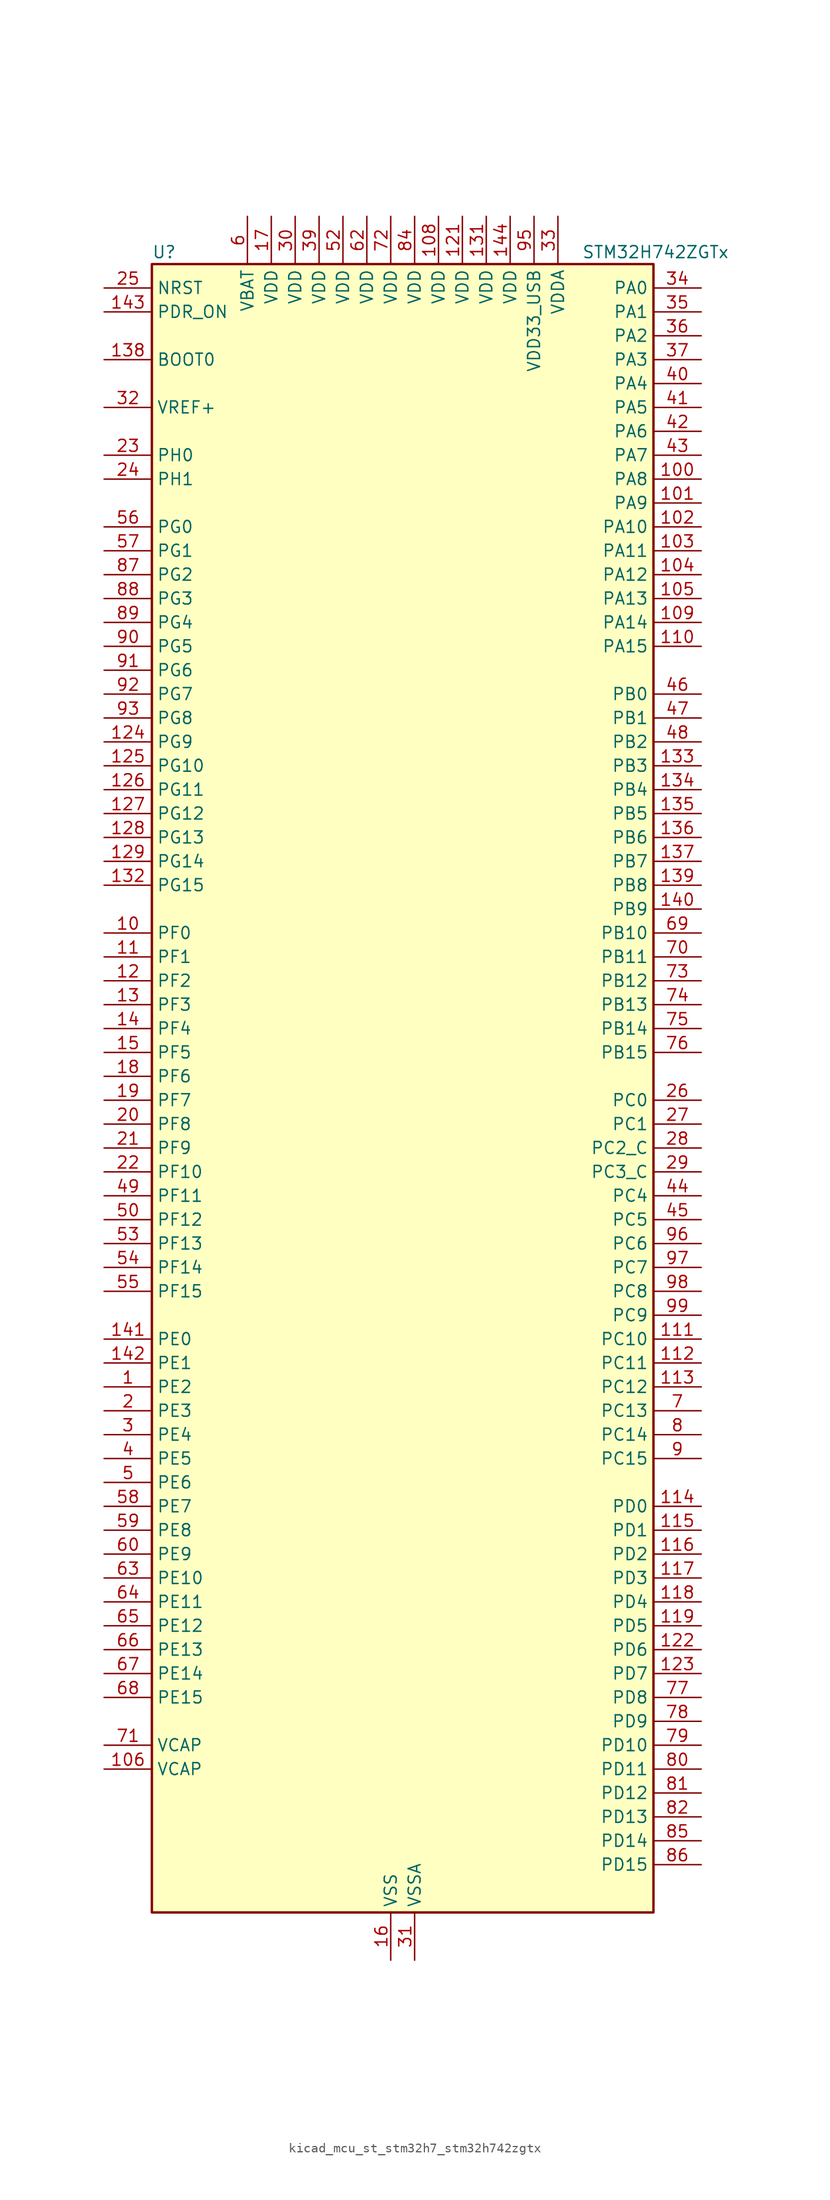
<source format=kicad_sym>
(kicad_symbol_lib
  (version 20220914)
  (generator kicad_symbol_editor)
  (symbol "kicad_mcu_st_stm32h7_stm32h742zgtx"
    (property "Reference" "U"
      (at -25.4 90.17 0)
      (effects (font (size 1.27 1.27)) (justify left)))
    (property "Value" "STM32H742ZGTx"
      (at 20.32 90.17 0)
      (effects (font (size 1.27 1.27)) (justify left)))
    (property "ki_locked" ""
      (at 0 0 0)
      (effects (font (size 1.27 1.27))))
    (symbol "kicad_mcu_st_stm32h7_stm32h742zgtx_0_1"
      (rectangle (start -25.4 -86.36) (end 27.94 88.9) (stroke (width 0.254) (type default)) (fill (type background))))
    (symbol "kicad_mcu_st_stm32h7_stm32h742zgtx_1_1"
      (pin bidirectional line (at -30.48 -30.48 0) (length 5.08) (name "PE2" (effects (font (size 1.27 1.27)))) (number "1" (effects (font (size 1.27 1.27)))) (alternate "DEBUG_TRACECLK" bidirectional line) (alternate "ETH_TXD3" bidirectional line) (alternate "FMC_A23" bidirectional line) (alternate "QUADSPI_BK1_IO2" bidirectional line) (alternate "SAI1_CK1" bidirectional line) (alternate "SAI1_MCLK_A" bidirectional line) (alternate "SAI4_CK1" bidirectional line) (alternate "SAI4_MCLK_A" bidirectional line) (alternate "SPI4_SCK" bidirectional line))
      (pin bidirectional line (at -30.48 17.78 0) (length 5.08) (name "PF0" (effects (font (size 1.27 1.27)))) (number "10" (effects (font (size 1.27 1.27)))) (alternate "FMC_A0" bidirectional line) (alternate "I2C2_SDA" bidirectional line))
      (pin bidirectional line (at 33.02 66.04 180) (length 5.08) (name "PA8" (effects (font (size 1.27 1.27)))) (number "100" (effects (font (size 1.27 1.27)))) (alternate "HRTIM_CHB2" bidirectional line) (alternate "I2C3_SCL" bidirectional line) (alternate "RCC_MCO_1" bidirectional line) (alternate "TIM1_CH1" bidirectional line) (alternate "TIM8_BKIN2" bidirectional line) (alternate "TIM8_BKIN2_COMP1" bidirectional line) (alternate "TIM8_BKIN2_COMP2" bidirectional line) (alternate "UART7_RX" bidirectional line) (alternate "USART1_CK" bidirectional line) (alternate "USB_OTG_FS_SOF" bidirectional line))
      (pin bidirectional line (at 33.02 63.5 180) (length 5.08) (name "PA9" (effects (font (size 1.27 1.27)))) (number "101" (effects (font (size 1.27 1.27)))) (alternate "DAC1_EXTI9" bidirectional line) (alternate "DCMI_D0" bidirectional line) (alternate "HRTIM_CHC1" bidirectional line) (alternate "I2C3_SMBA" bidirectional line) (alternate "I2S2_CK" bidirectional line) (alternate "LPUART1_TX" bidirectional line) (alternate "SPI2_SCK" bidirectional line) (alternate "TIM1_CH2" bidirectional line) (alternate "USART1_TX" bidirectional line) (alternate "USB_OTG_FS_VBUS" bidirectional line))
      (pin bidirectional line (at 33.02 60.96 180) (length 5.08) (name "PA10" (effects (font (size 1.27 1.27)))) (number "102" (effects (font (size 1.27 1.27)))) (alternate "DCMI_D1" bidirectional line) (alternate "HRTIM_CHC2" bidirectional line) (alternate "LPUART1_RX" bidirectional line) (alternate "MDIOS_MDIO" bidirectional line) (alternate "TIM1_CH3" bidirectional line) (alternate "USART1_RX" bidirectional line) (alternate "USB_OTG_FS_ID" bidirectional line))
      (pin bidirectional line (at 33.02 58.42 180) (length 5.08) (name "PA11" (effects (font (size 1.27 1.27)))) (number "103" (effects (font (size 1.27 1.27)))) (alternate "ADC1_EXTI11" bidirectional line) (alternate "ADC2_EXTI11" bidirectional line) (alternate "ADC3_EXTI11" bidirectional line) (alternate "FDCAN1_RX" bidirectional line) (alternate "HRTIM_CHD1" bidirectional line) (alternate "I2S2_WS" bidirectional line) (alternate "LPUART1_CTS" bidirectional line) (alternate "SPI2_NSS" bidirectional line) (alternate "TIM1_CH4" bidirectional line) (alternate "UART4_RX" bidirectional line) (alternate "USART1_CTS" bidirectional line) (alternate "USART1_NSS" bidirectional line) (alternate "USB_OTG_FS_DM" bidirectional line))
      (pin bidirectional line (at 33.02 55.88 180) (length 5.08) (name "PA12" (effects (font (size 1.27 1.27)))) (number "104" (effects (font (size 1.27 1.27)))) (alternate "FDCAN1_TX" bidirectional line) (alternate "HRTIM_CHD2" bidirectional line) (alternate "I2S2_CK" bidirectional line) (alternate "LPUART1_DE" bidirectional line) (alternate "LPUART1_RTS" bidirectional line) (alternate "SAI2_FS_B" bidirectional line) (alternate "SPI2_SCK" bidirectional line) (alternate "TIM1_ETR" bidirectional line) (alternate "UART4_TX" bidirectional line) (alternate "USART1_DE" bidirectional line) (alternate "USART1_RTS" bidirectional line) (alternate "USB_OTG_FS_DP" bidirectional line))
      (pin bidirectional line (at 33.02 53.34 180) (length 5.08) (name "PA13" (effects (font (size 1.27 1.27)))) (number "105" (effects (font (size 1.27 1.27)))) (alternate "DEBUG_JTMS-SWDIO" bidirectional line))
      (pin power_out line (at -30.48 -71.12 0) (length 5.08) (name "VCAP" (effects (font (size 1.27 1.27)))) (number "106" (effects (font (size 1.27 1.27)))))
      (pin passive line (at 0 -91.44 90) (length 5.08) hide (name "VSS" (effects (font (size 1.27 1.27)))) (number "107" (effects (font (size 1.27 1.27)))))
      (pin power_in line (at 5.08 93.98 270) (length 5.08) (name "VDD" (effects (font (size 1.27 1.27)))) (number "108" (effects (font (size 1.27 1.27)))))
      (pin bidirectional line (at 33.02 50.8 180) (length 5.08) (name "PA14" (effects (font (size 1.27 1.27)))) (number "109" (effects (font (size 1.27 1.27)))) (alternate "DEBUG_JTCK-SWCLK" bidirectional line))
      (pin bidirectional line (at -30.48 15.24 0) (length 5.08) (name "PF1" (effects (font (size 1.27 1.27)))) (number "11" (effects (font (size 1.27 1.27)))) (alternate "FMC_A1" bidirectional line) (alternate "I2C2_SCL" bidirectional line))
      (pin bidirectional line (at 33.02 48.26 180) (length 5.08) (name "PA15" (effects (font (size 1.27 1.27)))) (number "110" (effects (font (size 1.27 1.27)))) (alternate "ADC1_EXTI15" bidirectional line) (alternate "ADC2_EXTI15" bidirectional line) (alternate "ADC3_EXTI15" bidirectional line) (alternate "CEC" bidirectional line) (alternate "DEBUG_JTDI" bidirectional line) (alternate "HRTIM_FLT1" bidirectional line) (alternate "I2S1_WS" bidirectional line) (alternate "I2S3_WS" bidirectional line) (alternate "SPI1_NSS" bidirectional line) (alternate "SPI3_NSS" bidirectional line) (alternate "SPI6_NSS" bidirectional line) (alternate "TIM2_CH1" bidirectional line) (alternate "TIM2_ETR" bidirectional line) (alternate "UART4_DE" bidirectional line) (alternate "UART4_RTS" bidirectional line) (alternate "UART7_TX" bidirectional line))
      (pin bidirectional line (at 33.02 -25.4 180) (length 5.08) (name "PC10" (effects (font (size 1.27 1.27)))) (number "111" (effects (font (size 1.27 1.27)))) (alternate "DCMI_D8" bidirectional line) (alternate "DFSDM1_CKIN5" bidirectional line) (alternate "HRTIM_EEV1" bidirectional line) (alternate "I2S3_CK" bidirectional line) (alternate "QUADSPI_BK1_IO1" bidirectional line) (alternate "SDMMC1_D2" bidirectional line) (alternate "SPI3_SCK" bidirectional line) (alternate "UART4_TX" bidirectional line) (alternate "USART3_TX" bidirectional line))
      (pin bidirectional line (at 33.02 -27.94 180) (length 5.08) (name "PC11" (effects (font (size 1.27 1.27)))) (number "112" (effects (font (size 1.27 1.27)))) (alternate "ADC1_EXTI11" bidirectional line) (alternate "ADC2_EXTI11" bidirectional line) (alternate "ADC3_EXTI11" bidirectional line) (alternate "DCMI_D4" bidirectional line) (alternate "DFSDM1_DATIN5" bidirectional line) (alternate "HRTIM_FLT2" bidirectional line) (alternate "I2S3_SDI" bidirectional line) (alternate "QUADSPI_BK2_NCS" bidirectional line) (alternate "SDMMC1_D3" bidirectional line) (alternate "SPI3_MISO" bidirectional line) (alternate "UART4_RX" bidirectional line) (alternate "USART3_RX" bidirectional line))
      (pin bidirectional line (at 33.02 -30.48 180) (length 5.08) (name "PC12" (effects (font (size 1.27 1.27)))) (number "113" (effects (font (size 1.27 1.27)))) (alternate "DCMI_D9" bidirectional line) (alternate "DEBUG_TRACED3" bidirectional line) (alternate "HRTIM_EEV2" bidirectional line) (alternate "I2S3_SDO" bidirectional line) (alternate "SDMMC1_CK" bidirectional line) (alternate "SPI3_MOSI" bidirectional line) (alternate "UART5_TX" bidirectional line) (alternate "USART3_CK" bidirectional line))
      (pin bidirectional line (at 33.02 -43.18 180) (length 5.08) (name "PD0" (effects (font (size 1.27 1.27)))) (number "114" (effects (font (size 1.27 1.27)))) (alternate "DFSDM1_CKIN6" bidirectional line) (alternate "FDCAN1_RX" bidirectional line) (alternate "FMC_D2" bidirectional line) (alternate "FMC_DA2" bidirectional line) (alternate "SAI3_SCK_A" bidirectional line) (alternate "UART4_RX" bidirectional line))
      (pin bidirectional line (at 33.02 -45.72 180) (length 5.08) (name "PD1" (effects (font (size 1.27 1.27)))) (number "115" (effects (font (size 1.27 1.27)))) (alternate "DFSDM1_DATIN6" bidirectional line) (alternate "FDCAN1_TX" bidirectional line) (alternate "FMC_D3" bidirectional line) (alternate "FMC_DA3" bidirectional line) (alternate "SAI3_SD_A" bidirectional line) (alternate "UART4_TX" bidirectional line))
      (pin bidirectional line (at 33.02 -48.26 180) (length 5.08) (name "PD2" (effects (font (size 1.27 1.27)))) (number "116" (effects (font (size 1.27 1.27)))) (alternate "DCMI_D11" bidirectional line) (alternate "DEBUG_TRACED2" bidirectional line) (alternate "SDMMC1_CMD" bidirectional line) (alternate "TIM3_ETR" bidirectional line) (alternate "UART5_RX" bidirectional line))
      (pin bidirectional line (at 33.02 -50.8 180) (length 5.08) (name "PD3" (effects (font (size 1.27 1.27)))) (number "117" (effects (font (size 1.27 1.27)))) (alternate "DCMI_D5" bidirectional line) (alternate "DFSDM1_CKOUT" bidirectional line) (alternate "FMC_CLK" bidirectional line) (alternate "I2S2_CK" bidirectional line) (alternate "SPI2_SCK" bidirectional line) (alternate "USART2_CTS" bidirectional line) (alternate "USART2_NSS" bidirectional line))
      (pin bidirectional line (at 33.02 -53.34 180) (length 5.08) (name "PD4" (effects (font (size 1.27 1.27)))) (number "118" (effects (font (size 1.27 1.27)))) (alternate "FMC_NOE" bidirectional line) (alternate "HRTIM_FLT3" bidirectional line) (alternate "SAI3_FS_A" bidirectional line) (alternate "USART2_DE" bidirectional line) (alternate "USART2_RTS" bidirectional line))
      (pin bidirectional line (at 33.02 -55.88 180) (length 5.08) (name "PD5" (effects (font (size 1.27 1.27)))) (number "119" (effects (font (size 1.27 1.27)))) (alternate "FMC_NWE" bidirectional line) (alternate "HRTIM_EEV3" bidirectional line) (alternate "USART2_TX" bidirectional line))
      (pin bidirectional line (at -30.48 12.7 0) (length 5.08) (name "PF2" (effects (font (size 1.27 1.27)))) (number "12" (effects (font (size 1.27 1.27)))) (alternate "FMC_A2" bidirectional line) (alternate "I2C2_SMBA" bidirectional line))
      (pin passive line (at 0 -91.44 90) (length 5.08) hide (name "VSS" (effects (font (size 1.27 1.27)))) (number "120" (effects (font (size 1.27 1.27)))))
      (pin power_in line (at 7.62 93.98 270) (length 5.08) (name "VDD" (effects (font (size 1.27 1.27)))) (number "121" (effects (font (size 1.27 1.27)))))
      (pin bidirectional line (at 33.02 -58.42 180) (length 5.08) (name "PD6" (effects (font (size 1.27 1.27)))) (number "122" (effects (font (size 1.27 1.27)))) (alternate "DCMI_D10" bidirectional line) (alternate "DFSDM1_CKIN4" bidirectional line) (alternate "DFSDM1_DATIN1" bidirectional line) (alternate "FMC_NWAIT" bidirectional line) (alternate "I2S3_SDO" bidirectional line) (alternate "SAI1_D1" bidirectional line) (alternate "SAI1_SD_A" bidirectional line) (alternate "SAI4_D1" bidirectional line) (alternate "SAI4_SD_A" bidirectional line) (alternate "SDMMC2_CK" bidirectional line) (alternate "SPI3_MOSI" bidirectional line) (alternate "USART2_RX" bidirectional line))
      (pin bidirectional line (at 33.02 -60.96 180) (length 5.08) (name "PD7" (effects (font (size 1.27 1.27)))) (number "123" (effects (font (size 1.27 1.27)))) (alternate "DFSDM1_CKIN1" bidirectional line) (alternate "DFSDM1_DATIN4" bidirectional line) (alternate "FMC_NE1" bidirectional line) (alternate "I2S1_SDO" bidirectional line) (alternate "SDMMC2_CMD" bidirectional line) (alternate "SPDIFRX1_IN0" bidirectional line) (alternate "SPI1_MOSI" bidirectional line) (alternate "USART2_CK" bidirectional line))
      (pin bidirectional line (at -30.48 38.1 0) (length 5.08) (name "PG9" (effects (font (size 1.27 1.27)))) (number "124" (effects (font (size 1.27 1.27)))) (alternate "DAC1_EXTI9" bidirectional line) (alternate "DCMI_VSYNC" bidirectional line) (alternate "FMC_NCE" bidirectional line) (alternate "FMC_NE2" bidirectional line) (alternate "I2S1_SDI" bidirectional line) (alternate "QUADSPI_BK2_IO2" bidirectional line) (alternate "SAI2_FS_B" bidirectional line) (alternate "SPDIFRX1_IN3" bidirectional line) (alternate "SPI1_MISO" bidirectional line) (alternate "USART6_RX" bidirectional line))
      (pin bidirectional line (at -30.48 35.56 0) (length 5.08) (name "PG10" (effects (font (size 1.27 1.27)))) (number "125" (effects (font (size 1.27 1.27)))) (alternate "DCMI_D2" bidirectional line) (alternate "FMC_NE3" bidirectional line) (alternate "HRTIM_FLT5" bidirectional line) (alternate "I2S1_WS" bidirectional line) (alternate "SAI2_SD_B" bidirectional line) (alternate "SPI1_NSS" bidirectional line))
      (pin bidirectional line (at -30.48 33.02 0) (length 5.08) (name "PG11" (effects (font (size 1.27 1.27)))) (number "126" (effects (font (size 1.27 1.27)))) (alternate "ADC1_EXTI11" bidirectional line) (alternate "ADC2_EXTI11" bidirectional line) (alternate "ADC3_EXTI11" bidirectional line) (alternate "DCMI_D3" bidirectional line) (alternate "ETH_TX_EN" bidirectional line) (alternate "HRTIM_EEV4" bidirectional line) (alternate "I2S1_CK" bidirectional line) (alternate "LPTIM1_IN2" bidirectional line) (alternate "SDMMC2_D2" bidirectional line) (alternate "SPDIFRX1_IN0" bidirectional line) (alternate "SPI1_SCK" bidirectional line))
      (pin bidirectional line (at -30.48 30.48 0) (length 5.08) (name "PG12" (effects (font (size 1.27 1.27)))) (number "127" (effects (font (size 1.27 1.27)))) (alternate "ETH_TXD1" bidirectional line) (alternate "FMC_NE4" bidirectional line) (alternate "HRTIM_EEV5" bidirectional line) (alternate "LPTIM1_IN1" bidirectional line) (alternate "SPDIFRX1_IN1" bidirectional line) (alternate "SPI6_MISO" bidirectional line) (alternate "USART6_DE" bidirectional line) (alternate "USART6_RTS" bidirectional line))
      (pin bidirectional line (at -30.48 27.94 0) (length 5.08) (name "PG13" (effects (font (size 1.27 1.27)))) (number "128" (effects (font (size 1.27 1.27)))) (alternate "DEBUG_TRACED0" bidirectional line) (alternate "ETH_TXD0" bidirectional line) (alternate "FMC_A24" bidirectional line) (alternate "HRTIM_EEV10" bidirectional line) (alternate "LPTIM1_OUT" bidirectional line) (alternate "SPI6_SCK" bidirectional line) (alternate "USART6_CTS" bidirectional line) (alternate "USART6_NSS" bidirectional line))
      (pin bidirectional line (at -30.48 25.4 0) (length 5.08) (name "PG14" (effects (font (size 1.27 1.27)))) (number "129" (effects (font (size 1.27 1.27)))) (alternate "DEBUG_TRACED1" bidirectional line) (alternate "ETH_TXD1" bidirectional line) (alternate "FMC_A25" bidirectional line) (alternate "LPTIM1_ETR" bidirectional line) (alternate "QUADSPI_BK2_IO3" bidirectional line) (alternate "SPI6_MOSI" bidirectional line) (alternate "USART6_TX" bidirectional line))
      (pin bidirectional line (at -30.48 10.16 0) (length 5.08) (name "PF3" (effects (font (size 1.27 1.27)))) (number "13" (effects (font (size 1.27 1.27)))) (alternate "ADC3_INP5" bidirectional line) (alternate "FMC_A3" bidirectional line))
      (pin passive line (at 0 -91.44 90) (length 5.08) hide (name "VSS" (effects (font (size 1.27 1.27)))) (number "130" (effects (font (size 1.27 1.27)))))
      (pin power_in line (at 10.16 93.98 270) (length 5.08) (name "VDD" (effects (font (size 1.27 1.27)))) (number "131" (effects (font (size 1.27 1.27)))))
      (pin bidirectional line (at -30.48 22.86 0) (length 5.08) (name "PG15" (effects (font (size 1.27 1.27)))) (number "132" (effects (font (size 1.27 1.27)))) (alternate "ADC1_EXTI15" bidirectional line) (alternate "ADC2_EXTI15" bidirectional line) (alternate "ADC3_EXTI15" bidirectional line) (alternate "DCMI_D13" bidirectional line) (alternate "FMC_SDNCAS" bidirectional line) (alternate "USART6_CTS" bidirectional line) (alternate "USART6_NSS" bidirectional line))
      (pin bidirectional line (at 33.02 35.56 180) (length 5.08) (name "PB3" (effects (font (size 1.27 1.27)))) (number "133" (effects (font (size 1.27 1.27)))) (alternate "CRS_SYNC" bidirectional line) (alternate "DEBUG_JTDO-SWO" bidirectional line) (alternate "HRTIM_FLT4" bidirectional line) (alternate "I2S1_CK" bidirectional line) (alternate "I2S3_CK" bidirectional line) (alternate "SDMMC2_D2" bidirectional line) (alternate "SPI1_SCK" bidirectional line) (alternate "SPI3_SCK" bidirectional line) (alternate "SPI6_SCK" bidirectional line) (alternate "TIM2_CH2" bidirectional line) (alternate "UART7_RX" bidirectional line))
      (pin bidirectional line (at 33.02 33.02 180) (length 5.08) (name "PB4" (effects (font (size 1.27 1.27)))) (number "134" (effects (font (size 1.27 1.27)))) (alternate "DEBUG_JTRST" bidirectional line) (alternate "HRTIM_EEV6" bidirectional line) (alternate "I2S1_SDI" bidirectional line) (alternate "I2S2_WS" bidirectional line) (alternate "I2S3_SDI" bidirectional line) (alternate "SDMMC2_D3" bidirectional line) (alternate "SPI1_MISO" bidirectional line) (alternate "SPI2_NSS" bidirectional line) (alternate "SPI3_MISO" bidirectional line) (alternate "SPI6_MISO" bidirectional line) (alternate "TIM16_BKIN" bidirectional line) (alternate "TIM3_CH1" bidirectional line) (alternate "UART7_TX" bidirectional line))
      (pin bidirectional line (at 33.02 30.48 180) (length 5.08) (name "PB5" (effects (font (size 1.27 1.27)))) (number "135" (effects (font (size 1.27 1.27)))) (alternate "DCMI_D10" bidirectional line) (alternate "ETH_PPS_OUT" bidirectional line) (alternate "FDCAN2_RX" bidirectional line) (alternate "FMC_SDCKE1" bidirectional line) (alternate "HRTIM_EEV7" bidirectional line) (alternate "I2C1_SMBA" bidirectional line) (alternate "I2C4_SMBA" bidirectional line) (alternate "I2S1_SDO" bidirectional line) (alternate "I2S3_SDO" bidirectional line) (alternate "SPI1_MOSI" bidirectional line) (alternate "SPI3_MOSI" bidirectional line) (alternate "SPI6_MOSI" bidirectional line) (alternate "TIM17_BKIN" bidirectional line) (alternate "TIM3_CH2" bidirectional line) (alternate "UART5_RX" bidirectional line) (alternate "USB_OTG_HS_ULPI_D7" bidirectional line))
      (pin bidirectional line (at 33.02 27.94 180) (length 5.08) (name "PB6" (effects (font (size 1.27 1.27)))) (number "136" (effects (font (size 1.27 1.27)))) (alternate "CEC" bidirectional line) (alternate "DCMI_D5" bidirectional line) (alternate "DFSDM1_DATIN5" bidirectional line) (alternate "FDCAN2_TX" bidirectional line) (alternate "FMC_SDNE1" bidirectional line) (alternate "HRTIM_EEV8" bidirectional line) (alternate "I2C1_SCL" bidirectional line) (alternate "I2C4_SCL" bidirectional line) (alternate "LPUART1_TX" bidirectional line) (alternate "QUADSPI_BK1_NCS" bidirectional line) (alternate "TIM16_CH1N" bidirectional line) (alternate "TIM4_CH1" bidirectional line) (alternate "UART5_TX" bidirectional line) (alternate "USART1_TX" bidirectional line))
      (pin bidirectional line (at 33.02 25.4 180) (length 5.08) (name "PB7" (effects (font (size 1.27 1.27)))) (number "137" (effects (font (size 1.27 1.27)))) (alternate "DCMI_VSYNC" bidirectional line) (alternate "DFSDM1_CKIN5" bidirectional line) (alternate "FMC_NL" bidirectional line) (alternate "HRTIM_EEV9" bidirectional line) (alternate "I2C1_SDA" bidirectional line) (alternate "I2C4_SDA" bidirectional line) (alternate "LPUART1_RX" bidirectional line) (alternate "PWR_PVD_IN" bidirectional line) (alternate "TIM17_CH1N" bidirectional line) (alternate "TIM4_CH2" bidirectional line) (alternate "USART1_RX" bidirectional line))
      (pin input line (at -30.48 78.74 0) (length 5.08) (name "BOOT0" (effects (font (size 1.27 1.27)))) (number "138" (effects (font (size 1.27 1.27)))))
      (pin bidirectional line (at 33.02 22.86 180) (length 5.08) (name "PB8" (effects (font (size 1.27 1.27)))) (number "139" (effects (font (size 1.27 1.27)))) (alternate "DCMI_D6" bidirectional line) (alternate "DFSDM1_CKIN7" bidirectional line) (alternate "ETH_TXD3" bidirectional line) (alternate "FDCAN1_RX" bidirectional line) (alternate "I2C1_SCL" bidirectional line) (alternate "I2C4_SCL" bidirectional line) (alternate "SDMMC1_CKIN" bidirectional line) (alternate "SDMMC1_D4" bidirectional line) (alternate "SDMMC2_D4" bidirectional line) (alternate "TIM16_CH1" bidirectional line) (alternate "TIM4_CH3" bidirectional line) (alternate "UART4_RX" bidirectional line))
      (pin bidirectional line (at -30.48 7.62 0) (length 5.08) (name "PF4" (effects (font (size 1.27 1.27)))) (number "14" (effects (font (size 1.27 1.27)))) (alternate "ADC3_INN5" bidirectional line) (alternate "ADC3_INP9" bidirectional line) (alternate "FMC_A4" bidirectional line))
      (pin bidirectional line (at 33.02 20.32 180) (length 5.08) (name "PB9" (effects (font (size 1.27 1.27)))) (number "140" (effects (font (size 1.27 1.27)))) (alternate "DAC1_EXTI9" bidirectional line) (alternate "DCMI_D7" bidirectional line) (alternate "DFSDM1_DATIN7" bidirectional line) (alternate "FDCAN1_TX" bidirectional line) (alternate "I2C1_SDA" bidirectional line) (alternate "I2C4_SDA" bidirectional line) (alternate "I2C4_SMBA" bidirectional line) (alternate "I2S2_WS" bidirectional line) (alternate "SDMMC1_CDIR" bidirectional line) (alternate "SDMMC1_D5" bidirectional line) (alternate "SDMMC2_D5" bidirectional line) (alternate "SPI2_NSS" bidirectional line) (alternate "TIM17_CH1" bidirectional line) (alternate "TIM4_CH4" bidirectional line) (alternate "UART4_TX" bidirectional line))
      (pin bidirectional line (at -30.48 -25.4 0) (length 5.08) (name "PE0" (effects (font (size 1.27 1.27)))) (number "141" (effects (font (size 1.27 1.27)))) (alternate "DCMI_D2" bidirectional line) (alternate "FMC_NBL0" bidirectional line) (alternate "HRTIM_SCIN" bidirectional line) (alternate "LPTIM1_ETR" bidirectional line) (alternate "LPTIM2_ETR" bidirectional line) (alternate "SAI2_MCLK_A" bidirectional line) (alternate "TIM4_ETR" bidirectional line) (alternate "UART8_RX" bidirectional line))
      (pin bidirectional line (at -30.48 -27.94 0) (length 5.08) (name "PE1" (effects (font (size 1.27 1.27)))) (number "142" (effects (font (size 1.27 1.27)))) (alternate "DCMI_D3" bidirectional line) (alternate "FMC_NBL1" bidirectional line) (alternate "HRTIM_SCOUT" bidirectional line) (alternate "LPTIM1_IN2" bidirectional line) (alternate "UART8_TX" bidirectional line))
      (pin input line (at -30.48 83.82 0) (length 5.08) (name "PDR_ON" (effects (font (size 1.27 1.27)))) (number "143" (effects (font (size 1.27 1.27)))))
      (pin power_in line (at 12.7 93.98 270) (length 5.08) (name "VDD" (effects (font (size 1.27 1.27)))) (number "144" (effects (font (size 1.27 1.27)))))
      (pin bidirectional line (at -30.48 5.08 0) (length 5.08) (name "PF5" (effects (font (size 1.27 1.27)))) (number "15" (effects (font (size 1.27 1.27)))) (alternate "ADC3_INP4" bidirectional line) (alternate "FMC_A5" bidirectional line))
      (pin power_in line (at 0 -91.44 90) (length 5.08) (name "VSS" (effects (font (size 1.27 1.27)))) (number "16" (effects (font (size 1.27 1.27)))))
      (pin power_in line (at -12.7 93.98 270) (length 5.08) (name "VDD" (effects (font (size 1.27 1.27)))) (number "17" (effects (font (size 1.27 1.27)))))
      (pin bidirectional line (at -30.48 2.54 0) (length 5.08) (name "PF6" (effects (font (size 1.27 1.27)))) (number "18" (effects (font (size 1.27 1.27)))) (alternate "ADC3_INN4" bidirectional line) (alternate "ADC3_INP8" bidirectional line) (alternate "QUADSPI_BK1_IO3" bidirectional line) (alternate "SAI1_SD_B" bidirectional line) (alternate "SAI4_SD_B" bidirectional line) (alternate "SPI5_NSS" bidirectional line) (alternate "TIM16_CH1" bidirectional line) (alternate "UART7_RX" bidirectional line))
      (pin bidirectional line (at -30.48 0 0) (length 5.08) (name "PF7" (effects (font (size 1.27 1.27)))) (number "19" (effects (font (size 1.27 1.27)))) (alternate "ADC3_INP3" bidirectional line) (alternate "QUADSPI_BK1_IO2" bidirectional line) (alternate "SAI1_MCLK_B" bidirectional line) (alternate "SAI4_MCLK_B" bidirectional line) (alternate "SPI5_SCK" bidirectional line) (alternate "TIM17_CH1" bidirectional line) (alternate "UART7_TX" bidirectional line))
      (pin bidirectional line (at -30.48 -33.02 0) (length 5.08) (name "PE3" (effects (font (size 1.27 1.27)))) (number "2" (effects (font (size 1.27 1.27)))) (alternate "DEBUG_TRACED0" bidirectional line) (alternate "FMC_A19" bidirectional line) (alternate "SAI1_SD_B" bidirectional line) (alternate "SAI4_SD_B" bidirectional line) (alternate "TIM15_BKIN" bidirectional line))
      (pin bidirectional line (at -30.48 -2.54 0) (length 5.08) (name "PF8" (effects (font (size 1.27 1.27)))) (number "20" (effects (font (size 1.27 1.27)))) (alternate "ADC3_INN3" bidirectional line) (alternate "ADC3_INP7" bidirectional line) (alternate "QUADSPI_BK1_IO0" bidirectional line) (alternate "SAI1_SCK_B" bidirectional line) (alternate "SAI4_SCK_B" bidirectional line) (alternate "SPI5_MISO" bidirectional line) (alternate "TIM13_CH1" bidirectional line) (alternate "TIM16_CH1N" bidirectional line) (alternate "UART7_DE" bidirectional line) (alternate "UART7_RTS" bidirectional line))
      (pin bidirectional line (at -30.48 -5.08 0) (length 5.08) (name "PF9" (effects (font (size 1.27 1.27)))) (number "21" (effects (font (size 1.27 1.27)))) (alternate "ADC3_INP2" bidirectional line) (alternate "DAC1_EXTI9" bidirectional line) (alternate "QUADSPI_BK1_IO1" bidirectional line) (alternate "SAI1_FS_B" bidirectional line) (alternate "SAI4_FS_B" bidirectional line) (alternate "SPI5_MOSI" bidirectional line) (alternate "TIM14_CH1" bidirectional line) (alternate "TIM17_CH1N" bidirectional line) (alternate "UART7_CTS" bidirectional line))
      (pin bidirectional line (at -30.48 -7.62 0) (length 5.08) (name "PF10" (effects (font (size 1.27 1.27)))) (number "22" (effects (font (size 1.27 1.27)))) (alternate "ADC3_INN2" bidirectional line) (alternate "ADC3_INP6" bidirectional line) (alternate "DCMI_D11" bidirectional line) (alternate "QUADSPI_CLK" bidirectional line) (alternate "SAI1_D3" bidirectional line) (alternate "SAI4_D3" bidirectional line) (alternate "TIM16_BKIN" bidirectional line))
      (pin bidirectional line (at -30.48 68.58 0) (length 5.08) (name "PH0" (effects (font (size 1.27 1.27)))) (number "23" (effects (font (size 1.27 1.27)))) (alternate "RCC_OSC_IN" bidirectional line))
      (pin bidirectional line (at -30.48 66.04 0) (length 5.08) (name "PH1" (effects (font (size 1.27 1.27)))) (number "24" (effects (font (size 1.27 1.27)))) (alternate "RCC_OSC_OUT" bidirectional line))
      (pin input line (at -30.48 86.36 0) (length 5.08) (name "NRST" (effects (font (size 1.27 1.27)))) (number "25" (effects (font (size 1.27 1.27)))))
      (pin bidirectional line (at 33.02 0 180) (length 5.08) (name "PC0" (effects (font (size 1.27 1.27)))) (number "26" (effects (font (size 1.27 1.27)))) (alternate "ADC1_INP10" bidirectional line) (alternate "ADC2_INP10" bidirectional line) (alternate "ADC3_INP10" bidirectional line) (alternate "DFSDM1_CKIN0" bidirectional line) (alternate "DFSDM1_DATIN4" bidirectional line) (alternate "FMC_SDNWE" bidirectional line) (alternate "SAI2_FS_B" bidirectional line) (alternate "USB_OTG_HS_ULPI_STP" bidirectional line))
      (pin bidirectional line (at 33.02 -2.54 180) (length 5.08) (name "PC1" (effects (font (size 1.27 1.27)))) (number "27" (effects (font (size 1.27 1.27)))) (alternate "ADC1_INN10" bidirectional line) (alternate "ADC1_INP11" bidirectional line) (alternate "ADC2_INN10" bidirectional line) (alternate "ADC2_INP11" bidirectional line) (alternate "ADC3_INN10" bidirectional line) (alternate "ADC3_INP11" bidirectional line) (alternate "DEBUG_TRACED0" bidirectional line) (alternate "DFSDM1_CKIN4" bidirectional line) (alternate "DFSDM1_DATIN0" bidirectional line) (alternate "ETH_MDC" bidirectional line) (alternate "I2S2_SDO" bidirectional line) (alternate "MDIOS_MDC" bidirectional line) (alternate "PWR_WKUP5" bidirectional line) (alternate "RTC_TAMP3" bidirectional line) (alternate "SAI1_D1" bidirectional line) (alternate "SAI1_SD_A" bidirectional line) (alternate "SAI4_D1" bidirectional line) (alternate "SAI4_SD_A" bidirectional line) (alternate "SDMMC2_CK" bidirectional line) (alternate "SPI2_MOSI" bidirectional line))
      (pin bidirectional line (at 33.02 -5.08 180) (length 5.08) (name "PC2_C" (effects (font (size 1.27 1.27)))) (number "28" (effects (font (size 1.27 1.27)))) (alternate "ADC3_INN1" bidirectional line) (alternate "ADC3_INP0" bidirectional line) (alternate "DFSDM1_CKIN1" bidirectional line) (alternate "DFSDM1_CKOUT" bidirectional line) (alternate "ETH_TXD2" bidirectional line) (alternate "FMC_SDNE0" bidirectional line) (alternate "I2S2_SDI" bidirectional line) (alternate "PWR_CSTOP" bidirectional line) (alternate "SPI2_MISO" bidirectional line) (alternate "USB_OTG_HS_ULPI_DIR" bidirectional line))
      (pin bidirectional line (at 33.02 -7.62 180) (length 5.08) (name "PC3_C" (effects (font (size 1.27 1.27)))) (number "29" (effects (font (size 1.27 1.27)))) (alternate "ADC3_INP1" bidirectional line) (alternate "DFSDM1_DATIN1" bidirectional line) (alternate "ETH_TX_CLK" bidirectional line) (alternate "FMC_SDCKE0" bidirectional line) (alternate "I2S2_SDO" bidirectional line) (alternate "PWR_CSLEEP" bidirectional line) (alternate "SPI2_MOSI" bidirectional line) (alternate "USB_OTG_HS_ULPI_NXT" bidirectional line))
      (pin bidirectional line (at -30.48 -35.56 0) (length 5.08) (name "PE4" (effects (font (size 1.27 1.27)))) (number "3" (effects (font (size 1.27 1.27)))) (alternate "DCMI_D4" bidirectional line) (alternate "DEBUG_TRACED1" bidirectional line) (alternate "DFSDM1_DATIN3" bidirectional line) (alternate "FMC_A20" bidirectional line) (alternate "SAI1_D2" bidirectional line) (alternate "SAI1_FS_A" bidirectional line) (alternate "SAI4_D2" bidirectional line) (alternate "SAI4_FS_A" bidirectional line) (alternate "SPI4_NSS" bidirectional line) (alternate "TIM15_CH1N" bidirectional line))
      (pin power_in line (at -10.16 93.98 270) (length 5.08) (name "VDD" (effects (font (size 1.27 1.27)))) (number "30" (effects (font (size 1.27 1.27)))))
      (pin power_in line (at 2.54 -91.44 90) (length 5.08) (name "VSSA" (effects (font (size 1.27 1.27)))) (number "31" (effects (font (size 1.27 1.27)))))
      (pin input line (at -30.48 73.66 0) (length 5.08) (name "VREF+" (effects (font (size 1.27 1.27)))) (number "32" (effects (font (size 1.27 1.27)))) (alternate "VREFBUF_OUT" bidirectional line))
      (pin power_in line (at 17.78 93.98 270) (length 5.08) (name "VDDA" (effects (font (size 1.27 1.27)))) (number "33" (effects (font (size 1.27 1.27)))))
      (pin bidirectional line (at 33.02 86.36 180) (length 5.08) (name "PA0" (effects (font (size 1.27 1.27)))) (number "34" (effects (font (size 1.27 1.27)))) (alternate "ADC1_INP16" bidirectional line) (alternate "ETH_CRS" bidirectional line) (alternate "PWR_WKUP0" bidirectional line) (alternate "SAI2_SD_B" bidirectional line) (alternate "SDMMC2_CMD" bidirectional line) (alternate "TIM15_BKIN" bidirectional line) (alternate "TIM2_CH1" bidirectional line) (alternate "TIM2_ETR" bidirectional line) (alternate "TIM5_CH1" bidirectional line) (alternate "TIM8_ETR" bidirectional line) (alternate "UART4_TX" bidirectional line) (alternate "USART2_CTS" bidirectional line) (alternate "USART2_NSS" bidirectional line))
      (pin bidirectional line (at 33.02 83.82 180) (length 5.08) (name "PA1" (effects (font (size 1.27 1.27)))) (number "35" (effects (font (size 1.27 1.27)))) (alternate "ADC1_INN16" bidirectional line) (alternate "ADC1_INP17" bidirectional line) (alternate "ETH_REF_CLK" bidirectional line) (alternate "ETH_RX_CLK" bidirectional line) (alternate "LPTIM3_OUT" bidirectional line) (alternate "QUADSPI_BK1_IO3" bidirectional line) (alternate "SAI2_MCLK_B" bidirectional line) (alternate "TIM15_CH1N" bidirectional line) (alternate "TIM2_CH2" bidirectional line) (alternate "TIM5_CH2" bidirectional line) (alternate "UART4_RX" bidirectional line) (alternate "USART2_DE" bidirectional line) (alternate "USART2_RTS" bidirectional line))
      (pin bidirectional line (at 33.02 81.28 180) (length 5.08) (name "PA2" (effects (font (size 1.27 1.27)))) (number "36" (effects (font (size 1.27 1.27)))) (alternate "ADC1_INP14" bidirectional line) (alternate "ADC2_INP14" bidirectional line) (alternate "ETH_MDIO" bidirectional line) (alternate "LPTIM4_OUT" bidirectional line) (alternate "MDIOS_MDIO" bidirectional line) (alternate "PWR_WKUP1" bidirectional line) (alternate "SAI2_SCK_B" bidirectional line) (alternate "TIM15_CH1" bidirectional line) (alternate "TIM2_CH3" bidirectional line) (alternate "TIM5_CH3" bidirectional line) (alternate "USART2_TX" bidirectional line))
      (pin bidirectional line (at 33.02 78.74 180) (length 5.08) (name "PA3" (effects (font (size 1.27 1.27)))) (number "37" (effects (font (size 1.27 1.27)))) (alternate "ADC1_INP15" bidirectional line) (alternate "ADC2_INP15" bidirectional line) (alternate "ETH_COL" bidirectional line) (alternate "LPTIM5_OUT" bidirectional line) (alternate "TIM15_CH2" bidirectional line) (alternate "TIM2_CH4" bidirectional line) (alternate "TIM5_CH4" bidirectional line) (alternate "USART2_RX" bidirectional line) (alternate "USB_OTG_HS_ULPI_D0" bidirectional line))
      (pin passive line (at 0 -91.44 90) (length 5.08) hide (name "VSS" (effects (font (size 1.27 1.27)))) (number "38" (effects (font (size 1.27 1.27)))))
      (pin power_in line (at -7.62 93.98 270) (length 5.08) (name "VDD" (effects (font (size 1.27 1.27)))) (number "39" (effects (font (size 1.27 1.27)))))
      (pin bidirectional line (at -30.48 -38.1 0) (length 5.08) (name "PE5" (effects (font (size 1.27 1.27)))) (number "4" (effects (font (size 1.27 1.27)))) (alternate "DCMI_D6" bidirectional line) (alternate "DEBUG_TRACED2" bidirectional line) (alternate "DFSDM1_CKIN3" bidirectional line) (alternate "FMC_A21" bidirectional line) (alternate "SAI1_CK2" bidirectional line) (alternate "SAI1_SCK_A" bidirectional line) (alternate "SAI4_CK2" bidirectional line) (alternate "SAI4_SCK_A" bidirectional line) (alternate "SPI4_MISO" bidirectional line) (alternate "TIM15_CH1" bidirectional line))
      (pin bidirectional line (at 33.02 76.2 180) (length 5.08) (name "PA4" (effects (font (size 1.27 1.27)))) (number "40" (effects (font (size 1.27 1.27)))) (alternate "ADC1_INP18" bidirectional line) (alternate "ADC2_INP18" bidirectional line) (alternate "DAC1_OUT1" bidirectional line) (alternate "DCMI_HSYNC" bidirectional line) (alternate "I2S1_WS" bidirectional line) (alternate "I2S3_WS" bidirectional line) (alternate "SPI1_NSS" bidirectional line) (alternate "SPI3_NSS" bidirectional line) (alternate "SPI6_NSS" bidirectional line) (alternate "TIM5_ETR" bidirectional line) (alternate "USART2_CK" bidirectional line) (alternate "USB_OTG_HS_SOF" bidirectional line))
      (pin bidirectional line (at 33.02 73.66 180) (length 5.08) (name "PA5" (effects (font (size 1.27 1.27)))) (number "41" (effects (font (size 1.27 1.27)))) (alternate "ADC1_INN18" bidirectional line) (alternate "ADC1_INP19" bidirectional line) (alternate "ADC2_INN18" bidirectional line) (alternate "ADC2_INP19" bidirectional line) (alternate "DAC1_OUT2" bidirectional line) (alternate "I2S1_CK" bidirectional line) (alternate "PWR_NDSTOP2" bidirectional line) (alternate "SPI1_SCK" bidirectional line) (alternate "SPI6_SCK" bidirectional line) (alternate "TIM2_CH1" bidirectional line) (alternate "TIM2_ETR" bidirectional line) (alternate "TIM8_CH1N" bidirectional line) (alternate "USB_OTG_HS_ULPI_CK" bidirectional line))
      (pin bidirectional line (at 33.02 71.12 180) (length 5.08) (name "PA6" (effects (font (size 1.27 1.27)))) (number "42" (effects (font (size 1.27 1.27)))) (alternate "ADC1_INP3" bidirectional line) (alternate "ADC2_INP3" bidirectional line) (alternate "DCMI_PIXCLK" bidirectional line) (alternate "I2S1_SDI" bidirectional line) (alternate "MDIOS_MDC" bidirectional line) (alternate "SPI1_MISO" bidirectional line) (alternate "SPI6_MISO" bidirectional line) (alternate "TIM13_CH1" bidirectional line) (alternate "TIM1_BKIN" bidirectional line) (alternate "TIM1_BKIN_COMP1" bidirectional line) (alternate "TIM1_BKIN_COMP2" bidirectional line) (alternate "TIM3_CH1" bidirectional line) (alternate "TIM8_BKIN" bidirectional line) (alternate "TIM8_BKIN_COMP1" bidirectional line) (alternate "TIM8_BKIN_COMP2" bidirectional line))
      (pin bidirectional line (at 33.02 68.58 180) (length 5.08) (name "PA7" (effects (font (size 1.27 1.27)))) (number "43" (effects (font (size 1.27 1.27)))) (alternate "ADC1_INN3" bidirectional line) (alternate "ADC1_INP7" bidirectional line) (alternate "ADC2_INN3" bidirectional line) (alternate "ADC2_INP7" bidirectional line) (alternate "ETH_CRS_DV" bidirectional line) (alternate "ETH_RX_DV" bidirectional line) (alternate "FMC_SDNWE" bidirectional line) (alternate "I2S1_SDO" bidirectional line) (alternate "OPAMP1_VINM" bidirectional line) (alternate "OPAMP1_VINM1" bidirectional line) (alternate "SPI1_MOSI" bidirectional line) (alternate "SPI6_MOSI" bidirectional line) (alternate "TIM14_CH1" bidirectional line) (alternate "TIM1_CH1N" bidirectional line) (alternate "TIM3_CH2" bidirectional line) (alternate "TIM8_CH1N" bidirectional line))
      (pin bidirectional line (at 33.02 -10.16 180) (length 5.08) (name "PC4" (effects (font (size 1.27 1.27)))) (number "44" (effects (font (size 1.27 1.27)))) (alternate "ADC1_INP4" bidirectional line) (alternate "ADC2_INP4" bidirectional line) (alternate "COMP1_INM" bidirectional line) (alternate "DFSDM1_CKIN2" bidirectional line) (alternate "ETH_RXD0" bidirectional line) (alternate "FMC_SDNE0" bidirectional line) (alternate "I2S1_MCK" bidirectional line) (alternate "OPAMP1_VOUT" bidirectional line) (alternate "SPDIFRX1_IN2" bidirectional line))
      (pin bidirectional line (at 33.02 -12.7 180) (length 5.08) (name "PC5" (effects (font (size 1.27 1.27)))) (number "45" (effects (font (size 1.27 1.27)))) (alternate "ADC1_INN4" bidirectional line) (alternate "ADC1_INP8" bidirectional line) (alternate "ADC2_INN4" bidirectional line) (alternate "ADC2_INP8" bidirectional line) (alternate "COMP1_OUT" bidirectional line) (alternate "DFSDM1_DATIN2" bidirectional line) (alternate "ETH_RXD1" bidirectional line) (alternate "FMC_SDCKE0" bidirectional line) (alternate "OPAMP1_VINM" bidirectional line) (alternate "OPAMP1_VINM0" bidirectional line) (alternate "SAI1_D3" bidirectional line) (alternate "SAI4_D3" bidirectional line) (alternate "SPDIFRX1_IN3" bidirectional line))
      (pin bidirectional line (at 33.02 43.18 180) (length 5.08) (name "PB0" (effects (font (size 1.27 1.27)))) (number "46" (effects (font (size 1.27 1.27)))) (alternate "ADC1_INN5" bidirectional line) (alternate "ADC1_INP9" bidirectional line) (alternate "ADC2_INN5" bidirectional line) (alternate "ADC2_INP9" bidirectional line) (alternate "COMP1_INP" bidirectional line) (alternate "DFSDM1_CKOUT" bidirectional line) (alternate "ETH_RXD2" bidirectional line) (alternate "OPAMP1_VINP" bidirectional line) (alternate "TIM1_CH2N" bidirectional line) (alternate "TIM3_CH3" bidirectional line) (alternate "TIM8_CH2N" bidirectional line) (alternate "UART4_CTS" bidirectional line) (alternate "USB_OTG_HS_ULPI_D1" bidirectional line))
      (pin bidirectional line (at 33.02 40.64 180) (length 5.08) (name "PB1" (effects (font (size 1.27 1.27)))) (number "47" (effects (font (size 1.27 1.27)))) (alternate "ADC1_INP5" bidirectional line) (alternate "ADC2_INP5" bidirectional line) (alternate "COMP1_INM" bidirectional line) (alternate "DFSDM1_DATIN1" bidirectional line) (alternate "ETH_RXD3" bidirectional line) (alternate "TIM1_CH3N" bidirectional line) (alternate "TIM3_CH4" bidirectional line) (alternate "TIM8_CH3N" bidirectional line) (alternate "USB_OTG_HS_ULPI_D2" bidirectional line))
      (pin bidirectional line (at 33.02 38.1 180) (length 5.08) (name "PB2" (effects (font (size 1.27 1.27)))) (number "48" (effects (font (size 1.27 1.27)))) (alternate "COMP1_INP" bidirectional line) (alternate "DFSDM1_CKIN1" bidirectional line) (alternate "I2S3_SDO" bidirectional line) (alternate "QUADSPI_CLK" bidirectional line) (alternate "RTC_OUT_ALARM" bidirectional line) (alternate "RTC_OUT_CALIB" bidirectional line) (alternate "SAI1_D1" bidirectional line) (alternate "SAI1_SD_A" bidirectional line) (alternate "SAI4_D1" bidirectional line) (alternate "SAI4_SD_A" bidirectional line) (alternate "SPI3_MOSI" bidirectional line))
      (pin bidirectional line (at -30.48 -10.16 0) (length 5.08) (name "PF11" (effects (font (size 1.27 1.27)))) (number "49" (effects (font (size 1.27 1.27)))) (alternate "ADC1_EXTI11" bidirectional line) (alternate "ADC1_INP2" bidirectional line) (alternate "ADC2_EXTI11" bidirectional line) (alternate "ADC3_EXTI11" bidirectional line) (alternate "DCMI_D12" bidirectional line) (alternate "FMC_SDNRAS" bidirectional line) (alternate "SAI2_SD_B" bidirectional line) (alternate "SPI5_MOSI" bidirectional line))
      (pin bidirectional line (at -30.48 -40.64 0) (length 5.08) (name "PE6" (effects (font (size 1.27 1.27)))) (number "5" (effects (font (size 1.27 1.27)))) (alternate "DCMI_D7" bidirectional line) (alternate "DEBUG_TRACED3" bidirectional line) (alternate "FMC_A22" bidirectional line) (alternate "SAI1_D1" bidirectional line) (alternate "SAI1_SD_A" bidirectional line) (alternate "SAI2_MCLK_B" bidirectional line) (alternate "SAI4_D1" bidirectional line) (alternate "SAI4_SD_A" bidirectional line) (alternate "SPI4_MOSI" bidirectional line) (alternate "TIM15_CH2" bidirectional line) (alternate "TIM1_BKIN2" bidirectional line) (alternate "TIM1_BKIN2_COMP1" bidirectional line) (alternate "TIM1_BKIN2_COMP2" bidirectional line))
      (pin bidirectional line (at -30.48 -12.7 0) (length 5.08) (name "PF12" (effects (font (size 1.27 1.27)))) (number "50" (effects (font (size 1.27 1.27)))) (alternate "ADC1_INN2" bidirectional line) (alternate "ADC1_INP6" bidirectional line) (alternate "FMC_A6" bidirectional line))
      (pin passive line (at 0 -91.44 90) (length 5.08) hide (name "VSS" (effects (font (size 1.27 1.27)))) (number "51" (effects (font (size 1.27 1.27)))))
      (pin power_in line (at -5.08 93.98 270) (length 5.08) (name "VDD" (effects (font (size 1.27 1.27)))) (number "52" (effects (font (size 1.27 1.27)))))
      (pin bidirectional line (at -30.48 -15.24 0) (length 5.08) (name "PF13" (effects (font (size 1.27 1.27)))) (number "53" (effects (font (size 1.27 1.27)))) (alternate "ADC2_INP2" bidirectional line) (alternate "DFSDM1_DATIN6" bidirectional line) (alternate "FMC_A7" bidirectional line) (alternate "I2C4_SMBA" bidirectional line))
      (pin bidirectional line (at -30.48 -17.78 0) (length 5.08) (name "PF14" (effects (font (size 1.27 1.27)))) (number "54" (effects (font (size 1.27 1.27)))) (alternate "ADC2_INN2" bidirectional line) (alternate "ADC2_INP6" bidirectional line) (alternate "DFSDM1_CKIN6" bidirectional line) (alternate "FMC_A8" bidirectional line) (alternate "I2C4_SCL" bidirectional line))
      (pin bidirectional line (at -30.48 -20.32 0) (length 5.08) (name "PF15" (effects (font (size 1.27 1.27)))) (number "55" (effects (font (size 1.27 1.27)))) (alternate "ADC1_EXTI15" bidirectional line) (alternate "ADC2_EXTI15" bidirectional line) (alternate "ADC3_EXTI15" bidirectional line) (alternate "FMC_A9" bidirectional line) (alternate "I2C4_SDA" bidirectional line))
      (pin bidirectional line (at -30.48 60.96 0) (length 5.08) (name "PG0" (effects (font (size 1.27 1.27)))) (number "56" (effects (font (size 1.27 1.27)))) (alternate "FMC_A10" bidirectional line))
      (pin bidirectional line (at -30.48 58.42 0) (length 5.08) (name "PG1" (effects (font (size 1.27 1.27)))) (number "57" (effects (font (size 1.27 1.27)))) (alternate "FMC_A11" bidirectional line) (alternate "OPAMP2_VINM" bidirectional line) (alternate "OPAMP2_VINM1" bidirectional line))
      (pin bidirectional line (at -30.48 -43.18 0) (length 5.08) (name "PE7" (effects (font (size 1.27 1.27)))) (number "58" (effects (font (size 1.27 1.27)))) (alternate "COMP2_INM" bidirectional line) (alternate "DFSDM1_DATIN2" bidirectional line) (alternate "FMC_D4" bidirectional line) (alternate "FMC_DA4" bidirectional line) (alternate "OPAMP2_VOUT" bidirectional line) (alternate "QUADSPI_BK2_IO0" bidirectional line) (alternate "TIM1_ETR" bidirectional line) (alternate "UART7_RX" bidirectional line))
      (pin bidirectional line (at -30.48 -45.72 0) (length 5.08) (name "PE8" (effects (font (size 1.27 1.27)))) (number "59" (effects (font (size 1.27 1.27)))) (alternate "COMP2_OUT" bidirectional line) (alternate "DFSDM1_CKIN2" bidirectional line) (alternate "FMC_D5" bidirectional line) (alternate "FMC_DA5" bidirectional line) (alternate "OPAMP2_VINM" bidirectional line) (alternate "OPAMP2_VINM0" bidirectional line) (alternate "QUADSPI_BK2_IO1" bidirectional line) (alternate "TIM1_CH1N" bidirectional line) (alternate "UART7_TX" bidirectional line))
      (pin power_in line (at -15.24 93.98 270) (length 5.08) (name "VBAT" (effects (font (size 1.27 1.27)))) (number "6" (effects (font (size 1.27 1.27)))))
      (pin bidirectional line (at -30.48 -48.26 0) (length 5.08) (name "PE9" (effects (font (size 1.27 1.27)))) (number "60" (effects (font (size 1.27 1.27)))) (alternate "COMP2_INP" bidirectional line) (alternate "DAC1_EXTI9" bidirectional line) (alternate "DFSDM1_CKOUT" bidirectional line) (alternate "FMC_D6" bidirectional line) (alternate "FMC_DA6" bidirectional line) (alternate "OPAMP2_VINP" bidirectional line) (alternate "QUADSPI_BK2_IO2" bidirectional line) (alternate "TIM1_CH1" bidirectional line) (alternate "UART7_DE" bidirectional line) (alternate "UART7_RTS" bidirectional line))
      (pin passive line (at 0 -91.44 90) (length 5.08) hide (name "VSS" (effects (font (size 1.27 1.27)))) (number "61" (effects (font (size 1.27 1.27)))))
      (pin power_in line (at -2.54 93.98 270) (length 5.08) (name "VDD" (effects (font (size 1.27 1.27)))) (number "62" (effects (font (size 1.27 1.27)))))
      (pin bidirectional line (at -30.48 -50.8 0) (length 5.08) (name "PE10" (effects (font (size 1.27 1.27)))) (number "63" (effects (font (size 1.27 1.27)))) (alternate "COMP2_INM" bidirectional line) (alternate "DFSDM1_DATIN4" bidirectional line) (alternate "FMC_D7" bidirectional line) (alternate "FMC_DA7" bidirectional line) (alternate "QUADSPI_BK2_IO3" bidirectional line) (alternate "TIM1_CH2N" bidirectional line) (alternate "UART7_CTS" bidirectional line))
      (pin bidirectional line (at -30.48 -53.34 0) (length 5.08) (name "PE11" (effects (font (size 1.27 1.27)))) (number "64" (effects (font (size 1.27 1.27)))) (alternate "ADC1_EXTI11" bidirectional line) (alternate "ADC2_EXTI11" bidirectional line) (alternate "ADC3_EXTI11" bidirectional line) (alternate "COMP2_INP" bidirectional line) (alternate "DFSDM1_CKIN4" bidirectional line) (alternate "FMC_D8" bidirectional line) (alternate "FMC_DA8" bidirectional line) (alternate "SAI2_SD_B" bidirectional line) (alternate "SPI4_NSS" bidirectional line) (alternate "TIM1_CH2" bidirectional line))
      (pin bidirectional line (at -30.48 -55.88 0) (length 5.08) (name "PE12" (effects (font (size 1.27 1.27)))) (number "65" (effects (font (size 1.27 1.27)))) (alternate "COMP1_OUT" bidirectional line) (alternate "DFSDM1_DATIN5" bidirectional line) (alternate "FMC_D9" bidirectional line) (alternate "FMC_DA9" bidirectional line) (alternate "SAI2_SCK_B" bidirectional line) (alternate "SPI4_SCK" bidirectional line) (alternate "TIM1_CH3N" bidirectional line))
      (pin bidirectional line (at -30.48 -58.42 0) (length 5.08) (name "PE13" (effects (font (size 1.27 1.27)))) (number "66" (effects (font (size 1.27 1.27)))) (alternate "COMP2_OUT" bidirectional line) (alternate "DFSDM1_CKIN5" bidirectional line) (alternate "FMC_D10" bidirectional line) (alternate "FMC_DA10" bidirectional line) (alternate "SAI2_FS_B" bidirectional line) (alternate "SPI4_MISO" bidirectional line) (alternate "TIM1_CH3" bidirectional line))
      (pin bidirectional line (at -30.48 -60.96 0) (length 5.08) (name "PE14" (effects (font (size 1.27 1.27)))) (number "67" (effects (font (size 1.27 1.27)))) (alternate "FMC_D11" bidirectional line) (alternate "FMC_DA11" bidirectional line) (alternate "SAI2_MCLK_B" bidirectional line) (alternate "SPI4_MOSI" bidirectional line) (alternate "TIM1_CH4" bidirectional line))
      (pin bidirectional line (at -30.48 -63.5 0) (length 5.08) (name "PE15" (effects (font (size 1.27 1.27)))) (number "68" (effects (font (size 1.27 1.27)))) (alternate "ADC1_EXTI15" bidirectional line) (alternate "ADC2_EXTI15" bidirectional line) (alternate "ADC3_EXTI15" bidirectional line) (alternate "FMC_D12" bidirectional line) (alternate "FMC_DA12" bidirectional line) (alternate "TIM1_BKIN" bidirectional line) (alternate "TIM1_BKIN_COMP1" bidirectional line) (alternate "TIM1_BKIN_COMP2" bidirectional line))
      (pin bidirectional line (at 33.02 17.78 180) (length 5.08) (name "PB10" (effects (font (size 1.27 1.27)))) (number "69" (effects (font (size 1.27 1.27)))) (alternate "DFSDM1_DATIN7" bidirectional line) (alternate "ETH_RX_ER" bidirectional line) (alternate "HRTIM_SCOUT" bidirectional line) (alternate "I2C2_SCL" bidirectional line) (alternate "I2S2_CK" bidirectional line) (alternate "LPTIM2_IN1" bidirectional line) (alternate "QUADSPI_BK1_NCS" bidirectional line) (alternate "SPI2_SCK" bidirectional line) (alternate "TIM2_CH3" bidirectional line) (alternate "USART3_TX" bidirectional line) (alternate "USB_OTG_HS_ULPI_D3" bidirectional line))
      (pin bidirectional line (at 33.02 -33.02 180) (length 5.08) (name "PC13" (effects (font (size 1.27 1.27)))) (number "7" (effects (font (size 1.27 1.27)))) (alternate "PWR_WKUP2" bidirectional line) (alternate "RTC_OUT_ALARM" bidirectional line) (alternate "RTC_OUT_CALIB" bidirectional line) (alternate "RTC_TAMP1" bidirectional line) (alternate "RTC_TS" bidirectional line))
      (pin bidirectional line (at 33.02 15.24 180) (length 5.08) (name "PB11" (effects (font (size 1.27 1.27)))) (number "70" (effects (font (size 1.27 1.27)))) (alternate "ADC1_EXTI11" bidirectional line) (alternate "ADC2_EXTI11" bidirectional line) (alternate "ADC3_EXTI11" bidirectional line) (alternate "DFSDM1_CKIN7" bidirectional line) (alternate "ETH_TX_EN" bidirectional line) (alternate "HRTIM_SCIN" bidirectional line) (alternate "I2C2_SDA" bidirectional line) (alternate "LPTIM2_ETR" bidirectional line) (alternate "TIM2_CH4" bidirectional line) (alternate "USART3_RX" bidirectional line) (alternate "USB_OTG_HS_ULPI_D4" bidirectional line))
      (pin power_out line (at -30.48 -68.58 0) (length 5.08) (name "VCAP" (effects (font (size 1.27 1.27)))) (number "71" (effects (font (size 1.27 1.27)))))
      (pin power_in line (at 0 93.98 270) (length 5.08) (name "VDD" (effects (font (size 1.27 1.27)))) (number "72" (effects (font (size 1.27 1.27)))))
      (pin bidirectional line (at 33.02 12.7 180) (length 5.08) (name "PB12" (effects (font (size 1.27 1.27)))) (number "73" (effects (font (size 1.27 1.27)))) (alternate "DFSDM1_DATIN1" bidirectional line) (alternate "ETH_TXD0" bidirectional line) (alternate "FDCAN2_RX" bidirectional line) (alternate "I2C2_SMBA" bidirectional line) (alternate "I2S2_WS" bidirectional line) (alternate "SPI2_NSS" bidirectional line) (alternate "TIM1_BKIN" bidirectional line) (alternate "TIM1_BKIN_COMP1" bidirectional line) (alternate "TIM1_BKIN_COMP2" bidirectional line) (alternate "UART5_RX" bidirectional line) (alternate "USART3_CK" bidirectional line) (alternate "USB_OTG_HS_ID" bidirectional line) (alternate "USB_OTG_HS_ULPI_D5" bidirectional line))
      (pin bidirectional line (at 33.02 10.16 180) (length 5.08) (name "PB13" (effects (font (size 1.27 1.27)))) (number "74" (effects (font (size 1.27 1.27)))) (alternate "DFSDM1_CKIN1" bidirectional line) (alternate "ETH_TXD1" bidirectional line) (alternate "FDCAN2_TX" bidirectional line) (alternate "I2S2_CK" bidirectional line) (alternate "LPTIM2_OUT" bidirectional line) (alternate "SPI2_SCK" bidirectional line) (alternate "TIM1_CH1N" bidirectional line) (alternate "UART5_TX" bidirectional line) (alternate "USART3_CTS" bidirectional line) (alternate "USART3_NSS" bidirectional line) (alternate "USB_OTG_HS_ULPI_D6" bidirectional line) (alternate "USB_OTG_HS_VBUS" bidirectional line))
      (pin bidirectional line (at 33.02 7.62 180) (length 5.08) (name "PB14" (effects (font (size 1.27 1.27)))) (number "75" (effects (font (size 1.27 1.27)))) (alternate "DFSDM1_DATIN2" bidirectional line) (alternate "I2S2_SDI" bidirectional line) (alternate "SDMMC2_D0" bidirectional line) (alternate "SPI2_MISO" bidirectional line) (alternate "TIM12_CH1" bidirectional line) (alternate "TIM1_CH2N" bidirectional line) (alternate "TIM8_CH2N" bidirectional line) (alternate "UART4_DE" bidirectional line) (alternate "UART4_RTS" bidirectional line) (alternate "USART1_TX" bidirectional line) (alternate "USART3_DE" bidirectional line) (alternate "USART3_RTS" bidirectional line) (alternate "USB_OTG_HS_DM" bidirectional line))
      (pin bidirectional line (at 33.02 5.08 180) (length 5.08) (name "PB15" (effects (font (size 1.27 1.27)))) (number "76" (effects (font (size 1.27 1.27)))) (alternate "ADC1_EXTI15" bidirectional line) (alternate "ADC2_EXTI15" bidirectional line) (alternate "ADC3_EXTI15" bidirectional line) (alternate "DFSDM1_CKIN2" bidirectional line) (alternate "I2S2_SDO" bidirectional line) (alternate "RTC_REFIN" bidirectional line) (alternate "SDMMC2_D1" bidirectional line) (alternate "SPI2_MOSI" bidirectional line) (alternate "TIM12_CH2" bidirectional line) (alternate "TIM1_CH3N" bidirectional line) (alternate "TIM8_CH3N" bidirectional line) (alternate "UART4_CTS" bidirectional line) (alternate "USART1_RX" bidirectional line) (alternate "USB_OTG_HS_DP" bidirectional line))
      (pin bidirectional line (at 33.02 -63.5 180) (length 5.08) (name "PD8" (effects (font (size 1.27 1.27)))) (number "77" (effects (font (size 1.27 1.27)))) (alternate "DFSDM1_CKIN3" bidirectional line) (alternate "FMC_D13" bidirectional line) (alternate "FMC_DA13" bidirectional line) (alternate "SAI3_SCK_B" bidirectional line) (alternate "SPDIFRX1_IN1" bidirectional line) (alternate "USART3_TX" bidirectional line))
      (pin bidirectional line (at 33.02 -66.04 180) (length 5.08) (name "PD9" (effects (font (size 1.27 1.27)))) (number "78" (effects (font (size 1.27 1.27)))) (alternate "DAC1_EXTI9" bidirectional line) (alternate "DFSDM1_DATIN3" bidirectional line) (alternate "FMC_D14" bidirectional line) (alternate "FMC_DA14" bidirectional line) (alternate "SAI3_SD_B" bidirectional line) (alternate "USART3_RX" bidirectional line))
      (pin bidirectional line (at 33.02 -68.58 180) (length 5.08) (name "PD10" (effects (font (size 1.27 1.27)))) (number "79" (effects (font (size 1.27 1.27)))) (alternate "DFSDM1_CKOUT" bidirectional line) (alternate "FMC_D15" bidirectional line) (alternate "FMC_DA15" bidirectional line) (alternate "SAI3_FS_B" bidirectional line) (alternate "USART3_CK" bidirectional line))
      (pin bidirectional line (at 33.02 -35.56 180) (length 5.08) (name "PC14" (effects (font (size 1.27 1.27)))) (number "8" (effects (font (size 1.27 1.27)))) (alternate "RCC_OSC32_IN" bidirectional line))
      (pin bidirectional line (at 33.02 -71.12 180) (length 5.08) (name "PD11" (effects (font (size 1.27 1.27)))) (number "80" (effects (font (size 1.27 1.27)))) (alternate "ADC1_EXTI11" bidirectional line) (alternate "ADC2_EXTI11" bidirectional line) (alternate "ADC3_EXTI11" bidirectional line) (alternate "FMC_A16" bidirectional line) (alternate "FMC_CLE" bidirectional line) (alternate "I2C4_SMBA" bidirectional line) (alternate "LPTIM2_IN2" bidirectional line) (alternate "QUADSPI_BK1_IO0" bidirectional line) (alternate "SAI2_SD_A" bidirectional line) (alternate "USART3_CTS" bidirectional line) (alternate "USART3_NSS" bidirectional line))
      (pin bidirectional line (at 33.02 -73.66 180) (length 5.08) (name "PD12" (effects (font (size 1.27 1.27)))) (number "81" (effects (font (size 1.27 1.27)))) (alternate "FMC_A17" bidirectional line) (alternate "FMC_ALE" bidirectional line) (alternate "I2C4_SCL" bidirectional line) (alternate "LPTIM1_IN1" bidirectional line) (alternate "LPTIM2_IN1" bidirectional line) (alternate "QUADSPI_BK1_IO1" bidirectional line) (alternate "SAI2_FS_A" bidirectional line) (alternate "TIM4_CH1" bidirectional line) (alternate "USART3_DE" bidirectional line) (alternate "USART3_RTS" bidirectional line))
      (pin bidirectional line (at 33.02 -76.2 180) (length 5.08) (name "PD13" (effects (font (size 1.27 1.27)))) (number "82" (effects (font (size 1.27 1.27)))) (alternate "FMC_A18" bidirectional line) (alternate "I2C4_SDA" bidirectional line) (alternate "LPTIM1_OUT" bidirectional line) (alternate "QUADSPI_BK1_IO3" bidirectional line) (alternate "SAI2_SCK_A" bidirectional line) (alternate "TIM4_CH2" bidirectional line))
      (pin passive line (at 0 -91.44 90) (length 5.08) hide (name "VSS" (effects (font (size 1.27 1.27)))) (number "83" (effects (font (size 1.27 1.27)))))
      (pin power_in line (at 2.54 93.98 270) (length 5.08) (name "VDD" (effects (font (size 1.27 1.27)))) (number "84" (effects (font (size 1.27 1.27)))))
      (pin bidirectional line (at 33.02 -78.74 180) (length 5.08) (name "PD14" (effects (font (size 1.27 1.27)))) (number "85" (effects (font (size 1.27 1.27)))) (alternate "FMC_D0" bidirectional line) (alternate "FMC_DA0" bidirectional line) (alternate "SAI3_MCLK_B" bidirectional line) (alternate "TIM4_CH3" bidirectional line) (alternate "UART8_CTS" bidirectional line))
      (pin bidirectional line (at 33.02 -81.28 180) (length 5.08) (name "PD15" (effects (font (size 1.27 1.27)))) (number "86" (effects (font (size 1.27 1.27)))) (alternate "ADC1_EXTI15" bidirectional line) (alternate "ADC2_EXTI15" bidirectional line) (alternate "ADC3_EXTI15" bidirectional line) (alternate "FMC_D1" bidirectional line) (alternate "FMC_DA1" bidirectional line) (alternate "SAI3_MCLK_A" bidirectional line) (alternate "TIM4_CH4" bidirectional line) (alternate "UART8_DE" bidirectional line) (alternate "UART8_RTS" bidirectional line))
      (pin bidirectional line (at -30.48 55.88 0) (length 5.08) (name "PG2" (effects (font (size 1.27 1.27)))) (number "87" (effects (font (size 1.27 1.27)))) (alternate "FMC_A12" bidirectional line) (alternate "TIM8_BKIN" bidirectional line) (alternate "TIM8_BKIN_COMP1" bidirectional line) (alternate "TIM8_BKIN_COMP2" bidirectional line))
      (pin bidirectional line (at -30.48 53.34 0) (length 5.08) (name "PG3" (effects (font (size 1.27 1.27)))) (number "88" (effects (font (size 1.27 1.27)))) (alternate "FMC_A13" bidirectional line) (alternate "TIM8_BKIN2" bidirectional line) (alternate "TIM8_BKIN2_COMP1" bidirectional line) (alternate "TIM8_BKIN2_COMP2" bidirectional line))
      (pin bidirectional line (at -30.48 50.8 0) (length 5.08) (name "PG4" (effects (font (size 1.27 1.27)))) (number "89" (effects (font (size 1.27 1.27)))) (alternate "FMC_A14" bidirectional line) (alternate "FMC_BA0" bidirectional line) (alternate "TIM1_BKIN2" bidirectional line) (alternate "TIM1_BKIN2_COMP1" bidirectional line) (alternate "TIM1_BKIN2_COMP2" bidirectional line))
      (pin bidirectional line (at 33.02 -38.1 180) (length 5.08) (name "PC15" (effects (font (size 1.27 1.27)))) (number "9" (effects (font (size 1.27 1.27)))) (alternate "ADC1_EXTI15" bidirectional line) (alternate "ADC2_EXTI15" bidirectional line) (alternate "ADC3_EXTI15" bidirectional line) (alternate "RCC_OSC32_OUT" bidirectional line))
      (pin bidirectional line (at -30.48 48.26 0) (length 5.08) (name "PG5" (effects (font (size 1.27 1.27)))) (number "90" (effects (font (size 1.27 1.27)))) (alternate "FMC_A15" bidirectional line) (alternate "FMC_BA1" bidirectional line) (alternate "TIM1_ETR" bidirectional line))
      (pin bidirectional line (at -30.48 45.72 0) (length 5.08) (name "PG6" (effects (font (size 1.27 1.27)))) (number "91" (effects (font (size 1.27 1.27)))) (alternate "DCMI_D12" bidirectional line) (alternate "FMC_NE3" bidirectional line) (alternate "HRTIM_CHE1" bidirectional line) (alternate "QUADSPI_BK1_NCS" bidirectional line) (alternate "TIM17_BKIN" bidirectional line))
      (pin bidirectional line (at -30.48 43.18 0) (length 5.08) (name "PG7" (effects (font (size 1.27 1.27)))) (number "92" (effects (font (size 1.27 1.27)))) (alternate "DCMI_D13" bidirectional line) (alternate "FMC_INT" bidirectional line) (alternate "HRTIM_CHE2" bidirectional line) (alternate "SAI1_MCLK_A" bidirectional line) (alternate "USART6_CK" bidirectional line))
      (pin bidirectional line (at -30.48 40.64 0) (length 5.08) (name "PG8" (effects (font (size 1.27 1.27)))) (number "93" (effects (font (size 1.27 1.27)))) (alternate "ETH_PPS_OUT" bidirectional line) (alternate "FMC_SDCLK" bidirectional line) (alternate "SPDIFRX1_IN2" bidirectional line) (alternate "SPI6_NSS" bidirectional line) (alternate "TIM8_ETR" bidirectional line) (alternate "USART6_DE" bidirectional line) (alternate "USART6_RTS" bidirectional line))
      (pin passive line (at 0 -91.44 90) (length 5.08) hide (name "VSS" (effects (font (size 1.27 1.27)))) (number "94" (effects (font (size 1.27 1.27)))))
      (pin power_in line (at 15.24 93.98 270) (length 5.08) (name "VDD33_USB" (effects (font (size 1.27 1.27)))) (number "95" (effects (font (size 1.27 1.27)))))
      (pin bidirectional line (at 33.02 -15.24 180) (length 5.08) (name "PC6" (effects (font (size 1.27 1.27)))) (number "96" (effects (font (size 1.27 1.27)))) (alternate "DCMI_D0" bidirectional line) (alternate "DFSDM1_CKIN3" bidirectional line) (alternate "FMC_NWAIT" bidirectional line) (alternate "HRTIM_CHA1" bidirectional line) (alternate "I2S2_MCK" bidirectional line) (alternate "SDMMC1_D0DIR" bidirectional line) (alternate "SDMMC1_D6" bidirectional line) (alternate "SDMMC2_D6" bidirectional line) (alternate "SWPMI1_IO" bidirectional line) (alternate "TIM3_CH1" bidirectional line) (alternate "TIM8_CH1" bidirectional line) (alternate "USART6_TX" bidirectional line))
      (pin bidirectional line (at 33.02 -17.78 180) (length 5.08) (name "PC7" (effects (font (size 1.27 1.27)))) (number "97" (effects (font (size 1.27 1.27)))) (alternate "DCMI_D1" bidirectional line) (alternate "DEBUG_TRGIO" bidirectional line) (alternate "DFSDM1_DATIN3" bidirectional line) (alternate "FMC_NE1" bidirectional line) (alternate "HRTIM_CHA2" bidirectional line) (alternate "I2S3_MCK" bidirectional line) (alternate "SDMMC1_D123DIR" bidirectional line) (alternate "SDMMC1_D7" bidirectional line) (alternate "SDMMC2_D7" bidirectional line) (alternate "SWPMI1_TX" bidirectional line) (alternate "TIM3_CH2" bidirectional line) (alternate "TIM8_CH2" bidirectional line) (alternate "USART6_RX" bidirectional line))
      (pin bidirectional line (at 33.02 -20.32 180) (length 5.08) (name "PC8" (effects (font (size 1.27 1.27)))) (number "98" (effects (font (size 1.27 1.27)))) (alternate "DCMI_D2" bidirectional line) (alternate "DEBUG_TRACED1" bidirectional line) (alternate "FMC_NCE" bidirectional line) (alternate "FMC_NE2" bidirectional line) (alternate "HRTIM_CHB1" bidirectional line) (alternate "SDMMC1_D0" bidirectional line) (alternate "SWPMI1_RX" bidirectional line) (alternate "TIM3_CH3" bidirectional line) (alternate "TIM8_CH3" bidirectional line) (alternate "UART5_DE" bidirectional line) (alternate "UART5_RTS" bidirectional line) (alternate "USART6_CK" bidirectional line))
      (pin bidirectional line (at 33.02 -22.86 180) (length 5.08) (name "PC9" (effects (font (size 1.27 1.27)))) (number "99" (effects (font (size 1.27 1.27)))) (alternate "DAC1_EXTI9" bidirectional line) (alternate "DCMI_D3" bidirectional line) (alternate "I2C3_SDA" bidirectional line) (alternate "I2S_CKIN" bidirectional line) (alternate "QUADSPI_BK1_IO0" bidirectional line) (alternate "RCC_MCO_2" bidirectional line) (alternate "SDMMC1_D1" bidirectional line) (alternate "SWPMI1_SUSPEND" bidirectional line) (alternate "TIM3_CH4" bidirectional line) (alternate "TIM8_CH4" bidirectional line) (alternate "UART5_CTS" bidirectional line)))))
</source>
